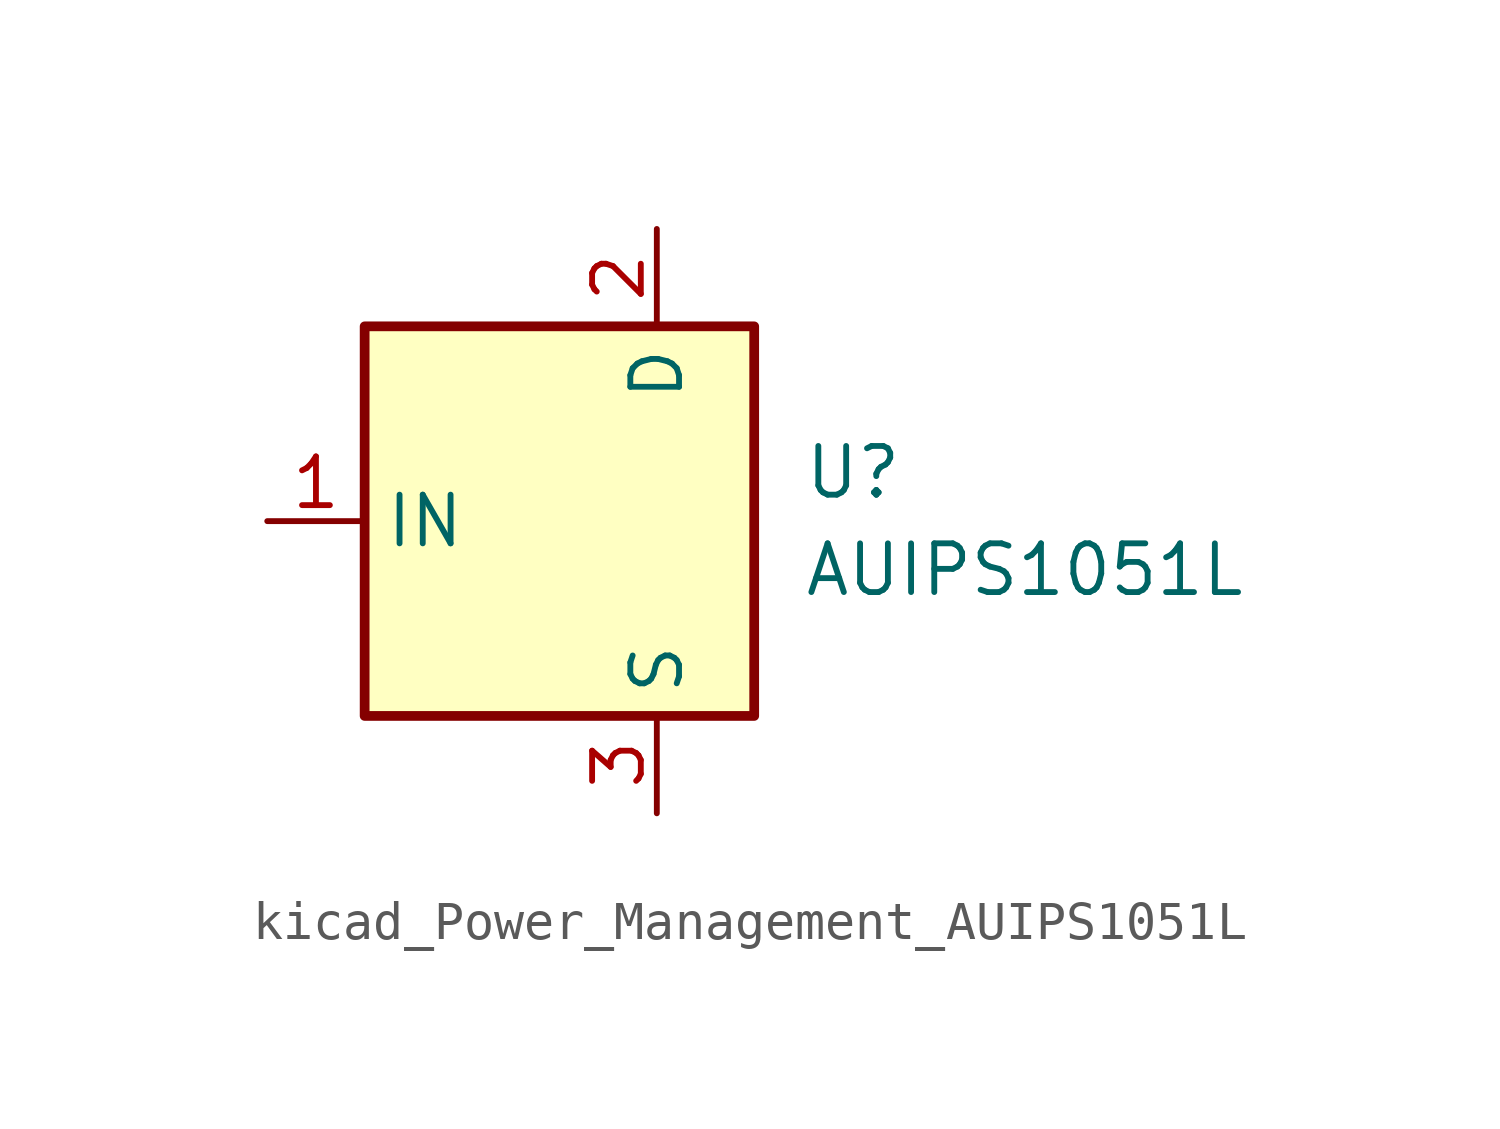
<source format=kicad_sym>
(kicad_symbol_lib
  (version 20220914)
  (generator kicad_symbol_editor)
  (symbol "kicad_Power_Management_AUIPS1051L"
    (property "Reference" "U"
      (at 3.81 1.27 0)
      (effects (font (size 1.27 1.27)) (justify left)))
    (property "Value" "AUIPS1051L"
      (at 3.81 -1.27 0)
      (effects (font (size 1.27 1.27)) (justify left)))
    (symbol "kicad_Power_Management_AUIPS1051L_0_1"
      (rectangle (start -7.62 5.08) (end 2.54 -5.08) (stroke (width 0.254) (type default)) (fill (type background))))
    (symbol "kicad_Power_Management_AUIPS1051L_1_1"
      (pin input line (at -10.16 0 0) (length 2.54) (name "IN" (effects (font (size 1.27 1.27)))) (number "1" (effects (font (size 1.27 1.27)))))
      (pin passive line (at 0 7.62 270) (length 2.54) (name "D" (effects (font (size 1.27 1.27)))) (number "2" (effects (font (size 1.27 1.27)))))
      (pin power_in line (at 0 -7.62 90) (length 2.54) (name "S" (effects (font (size 1.27 1.27)))) (number "3" (effects (font (size 1.27 1.27))))))))
</source>
